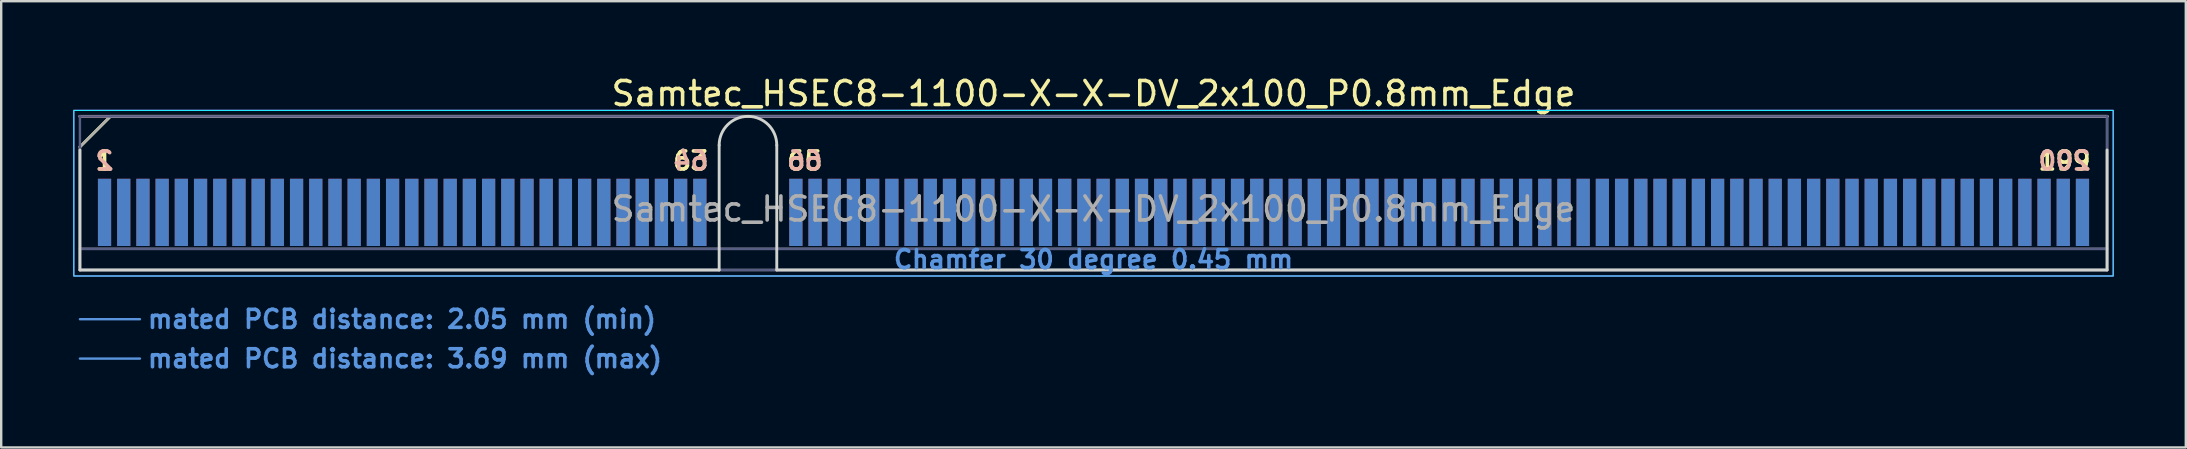
<source format=kicad_pcb>
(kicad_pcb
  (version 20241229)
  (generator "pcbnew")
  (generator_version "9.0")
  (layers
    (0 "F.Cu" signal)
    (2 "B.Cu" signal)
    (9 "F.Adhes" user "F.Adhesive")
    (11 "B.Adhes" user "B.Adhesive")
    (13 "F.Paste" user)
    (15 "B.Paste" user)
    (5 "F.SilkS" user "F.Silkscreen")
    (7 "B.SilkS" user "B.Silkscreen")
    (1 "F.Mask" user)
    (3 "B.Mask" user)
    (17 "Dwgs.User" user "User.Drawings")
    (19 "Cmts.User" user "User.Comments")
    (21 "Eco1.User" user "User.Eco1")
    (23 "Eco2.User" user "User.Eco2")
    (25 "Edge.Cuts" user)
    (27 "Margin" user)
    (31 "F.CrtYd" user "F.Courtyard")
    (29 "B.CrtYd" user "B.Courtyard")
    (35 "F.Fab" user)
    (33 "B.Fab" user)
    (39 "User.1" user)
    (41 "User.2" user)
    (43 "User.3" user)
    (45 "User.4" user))
  (footprint "Samtec_HSEC8-1100-X-X-DV_2x100_P0.8mm_Edge"
    (layer "F.Cu")
    (at 42.505 8.198)
    (property "Reference" "Samtec_HSEC8-1100-X-X-DV_2x100_P0.8mm_Edge" (at 0 -7.35 0) (layer "F.SilkS") (effects (font (size 1 1) (thickness 0.15))))
    (attr exclude_from_pos_files exclude_from_bom)
    (fp_line (start -42.225 -5.13) (end -40.955 -6.4) (stroke (width 0.12) (type solid)) (layer "F.SilkS"))
    (fp_line (start -40.955 -6.4) (end 42.225 -6.4) (stroke (width 0.12) (type solid)) (layer "F.SilkS"))
    (fp_line (start -42.225 -6.4) (end -42.225 -6.4) (stroke (width 0.12) (type solid)) (layer "B.SilkS"))
    (fp_line (start -42.225 -6.4) (end 42.225 -6.4) (stroke (width 0.12) (type solid)) (layer "B.SilkS"))
    (fp_line (start -42.225 2.05) (end -39.725 2.05) (stroke (width 0.1) (type solid)) (layer "Cmts.User"))
    (fp_line (start -42.225 3.69) (end -39.725 3.69) (stroke (width 0.1) (type solid)) (layer "Cmts.User"))
    (fp_line (start -42.225 -5) (end -42.225 0) (stroke (width 0.12) (type solid)) (layer "Edge.Cuts"))
    (fp_line (start -42.225 0) (end -15.595 0) (stroke (width 0.12) (type solid)) (layer "Edge.Cuts"))
    (fp_line (start -15.595 0) (end -15.595 -5.2) (stroke (width 0.12) (type solid)) (layer "Edge.Cuts"))
    (fp_line (start -13.195 -5.2) (end -13.195 0) (stroke (width 0.12) (type solid)) (layer "Edge.Cuts"))
    (fp_line (start -13.195 0) (end 42.225 0) (stroke (width 0.12) (type solid)) (layer "Edge.Cuts"))
    (fp_line (start 42.225 0) (end 42.225 -5) (stroke (width 0.12) (type solid)) (layer "Edge.Cuts"))
    (fp_arc (start -15.595 -5.2) (mid -14.395 -6.4) (end -13.195 -5.2) (stroke (width 0.12) (type solid)) (layer "Edge.Cuts"))
    (fp_rect (start -42.48 -6.65) (end 42.48 0.25) (stroke (width 0.05) (type solid)) (fill no) (layer "B.CrtYd"))
    (fp_rect (start -42.48 -6.65) (end 42.48 0.25) (stroke (width 0.05) (type solid)) (fill no) (layer "F.CrtYd"))
    (fp_line (start -42.225 -6.4) (end -42.225 -6.4) (stroke (width 0.1) (type solid)) (layer "B.Fab"))
    (fp_line (start -42.225 -6.4) (end -42.225 0) (stroke (width 0.1) (type solid)) (layer "B.Fab"))
    (fp_line (start -42.225 -6.4) (end 42.225 -6.4) (stroke (width 0.1) (type solid)) (layer "B.Fab"))
    (fp_line (start -42.225 -0.88) (end 42.225 -0.88) (stroke (width 0.1) (type solid)) (layer "B.Fab"))
    (fp_line (start -42.225 0) (end 42.225 0) (stroke (width 0.1) (type solid)) (layer "B.Fab"))
    (fp_line (start 42.225 -6.4) (end 42.225 0) (stroke (width 0.1) (type solid)) (layer "B.Fab"))
    (fp_line (start -42.225 -5.13) (end -42.225 0) (stroke (width 0.1) (type solid)) (layer "F.Fab"))
    (fp_line (start -42.225 -5.13) (end -40.955 -6.4) (stroke (width 0.1) (type solid)) (layer "F.Fab"))
    (fp_line (start -42.225 -0.88) (end 42.225 -0.88) (stroke (width 0.1) (type solid)) (layer "F.Fab"))
    (fp_line (start -42.225 0) (end 42.225 0) (stroke (width 0.1) (type solid)) (layer "F.Fab"))
    (fp_line (start -40.955 -6.4) (end 42.225 -6.4) (stroke (width 0.1) (type solid)) (layer "F.Fab"))
    (fp_line (start 42.225 -6.4) (end 42.225 0) (stroke (width 0.1) (type solid)) (layer "F.Fab"))
    (fp_text user "65" (at -12.025 -4.55 0) (layer "F.SilkS") (effects (font (size 0.75 0.75) (thickness 0.15))))
    (fp_text user "1" (at -41.2 -4.55 0) (layer "F.SilkS") (effects (font (size 0.75 0.75) (thickness 0.15))))
    (fp_text user "63" (at -16.775 -4.55 0) (layer "F.SilkS") (effects (font (size 0.75 0.75) (thickness 0.15))))
    (fp_text user "199" (at 40.45 -4.55 0) (layer "F.SilkS") (effects (font (size 0.75 0.75) (thickness 0.15))))
    (fp_text user "2" (at -41.2 -4.55 0) (layer "B.SilkS") (effects (font (size 0.75 0.75) (thickness 0.15)) (justify mirror)))
    (fp_text user "200" (at 40.45 -4.55 0) (layer "B.SilkS") (effects (font (size 0.75 0.75) (thickness 0.15)) (justify mirror)))
    (fp_text user "64" (at -16.775 -4.55 0) (layer "B.SilkS") (effects (font (size 0.75 0.75) (thickness 0.15)) (justify mirror)))
    (fp_text user "66" (at -12.025 -4.55 0) (layer "B.SilkS") (effects (font (size 0.75 0.75) (thickness 0.15)) (justify mirror)))
    (fp_text user "Chamfer 30 degree 0.45 mm" (at 0 -0.44 0) (layer "Cmts.User") (effects (font (size 0.75 0.75) (thickness 0.15))))
    (fp_text user "mated PCB distance: 2.05 mm (min)" (at -39.48 2.05 0) (layer "Cmts.User") (effects (font (size 0.75 0.75) (thickness 0.15)) (justify left)))
    (fp_text user "mated PCB distance: 3.69 mm (max)" (at -39.48 3.69 0) (layer "Cmts.User") (effects (font (size 0.75 0.75) (thickness 0.15)) (justify left)))
    (fp_text user "${REFERENCE}" (at 0 -2.54 0) (layer "F.Fab") (effects (font (size 1 1) (thickness 0.15))))
    (pad "1" connect rect (at -41.2 -2.4) (size 0.55 2.8) (layers "F.Cu" "F.Mask"))
    (pad "2" connect rect (at -41.2 -2.4) (size 0.55 2.8) (layers "B.Cu" "B.Mask"))
    (pad "3" connect rect (at -40.4 -2.4) (size 0.55 2.8) (layers "F.Cu" "F.Mask"))
    (pad "4" connect rect (at -40.4 -2.4) (size 0.55 2.8) (layers "B.Cu" "B.Mask"))
    (pad "5" connect rect (at -39.6 -2.4) (size 0.55 2.8) (layers "F.Cu" "F.Mask"))
    (pad "6" connect rect (at -39.6 -2.4) (size 0.55 2.8) (layers "B.Cu" "B.Mask"))
    (pad "7" connect rect (at -38.8 -2.4) (size 0.55 2.8) (layers "F.Cu" "F.Mask"))
    (pad "8" connect rect (at -38.8 -2.4) (size 0.55 2.8) (layers "B.Cu" "B.Mask"))
    (pad "9" connect rect (at -38 -2.4) (size 0.55 2.8) (layers "F.Cu" "F.Mask"))
    (pad "10" connect rect (at -38 -2.4) (size 0.55 2.8) (layers "B.Cu" "B.Mask"))
    (pad "11" connect rect (at -37.2 -2.4) (size 0.55 2.8) (layers "F.Cu" "F.Mask"))
    (pad "12" connect rect (at -37.2 -2.4) (size 0.55 2.8) (layers "B.Cu" "B.Mask"))
    (pad "13" connect rect (at -36.4 -2.4) (size 0.55 2.8) (layers "F.Cu" "F.Mask"))
    (pad "14" connect rect (at -36.4 -2.4) (size 0.55 2.8) (layers "B.Cu" "B.Mask"))
    (pad "15" connect rect (at -35.6 -2.4) (size 0.55 2.8) (layers "F.Cu" "F.Mask"))
    (pad "16" connect rect (at -35.6 -2.4) (size 0.55 2.8) (layers "B.Cu" "B.Mask"))
    (pad "17" connect rect (at -34.8 -2.4) (size 0.55 2.8) (layers "F.Cu" "F.Mask"))
    (pad "18" connect rect (at -34.8 -2.4) (size 0.55 2.8) (layers "B.Cu" "B.Mask"))
    (pad "19" connect rect (at -34 -2.4) (size 0.55 2.8) (layers "F.Cu" "F.Mask"))
    (pad "20" connect rect (at -34 -2.4) (size 0.55 2.8) (layers "B.Cu" "B.Mask"))
    (pad "21" connect rect (at -33.2 -2.4) (size 0.55 2.8) (layers "F.Cu" "F.Mask"))
    (pad "22" connect rect (at -33.2 -2.4) (size 0.55 2.8) (layers "B.Cu" "B.Mask"))
    (pad "23" connect rect (at -32.4 -2.4) (size 0.55 2.8) (layers "F.Cu" "F.Mask"))
    (pad "24" connect rect (at -32.4 -2.4) (size 0.55 2.8) (layers "B.Cu" "B.Mask"))
    (pad "25" connect rect (at -31.6 -2.4) (size 0.55 2.8) (layers "F.Cu" "F.Mask"))
    (pad "26" connect rect (at -31.6 -2.4) (size 0.55 2.8) (layers "B.Cu" "B.Mask"))
    (pad "27" connect rect (at -30.8 -2.4) (size 0.55 2.8) (layers "F.Cu" "F.Mask"))
    (pad "28" connect rect (at -30.8 -2.4) (size 0.55 2.8) (layers "B.Cu" "B.Mask"))
    (pad "29" connect rect (at -30 -2.4) (size 0.55 2.8) (layers "F.Cu" "F.Mask"))
    (pad "30" connect rect (at -30 -2.4) (size 0.55 2.8) (layers "B.Cu" "B.Mask"))
    (pad "31" connect rect (at -29.2 -2.4) (size 0.55 2.8) (layers "F.Cu" "F.Mask"))
    (pad "32" connect rect (at -29.2 -2.4) (size 0.55 2.8) (layers "B.Cu" "B.Mask"))
    (pad "33" connect rect (at -28.4 -2.4) (size 0.55 2.8) (layers "F.Cu" "F.Mask"))
    (pad "34" connect rect (at -28.4 -2.4) (size 0.55 2.8) (layers "B.Cu" "B.Mask"))
    (pad "35" connect rect (at -27.6 -2.4) (size 0.55 2.8) (layers "F.Cu" "F.Mask"))
    (pad "36" connect rect (at -27.6 -2.4) (size 0.55 2.8) (layers "B.Cu" "B.Mask"))
    (pad "37" connect rect (at -26.8 -2.4) (size 0.55 2.8) (layers "F.Cu" "F.Mask"))
    (pad "38" connect rect (at -26.8 -2.4) (size 0.55 2.8) (layers "B.Cu" "B.Mask"))
    (pad "39" connect rect (at -26 -2.4) (size 0.55 2.8) (layers "F.Cu" "F.Mask"))
    (pad "40" connect rect (at -26 -2.4) (size 0.55 2.8) (layers "B.Cu" "B.Mask"))
    (pad "41" connect rect (at -25.2 -2.4) (size 0.55 2.8) (layers "F.Cu" "F.Mask"))
    (pad "42" connect rect (at -25.2 -2.4) (size 0.55 2.8) (layers "B.Cu" "B.Mask"))
    (pad "43" connect rect (at -24.4 -2.4) (size 0.55 2.8) (layers "F.Cu" "F.Mask"))
    (pad "44" connect rect (at -24.4 -2.4) (size 0.55 2.8) (layers "B.Cu" "B.Mask"))
    (pad "45" connect rect (at -23.6 -2.4) (size 0.55 2.8) (layers "F.Cu" "F.Mask"))
    (pad "46" connect rect (at -23.6 -2.4) (size 0.55 2.8) (layers "B.Cu" "B.Mask"))
    (pad "47" connect rect (at -22.8 -2.4) (size 0.55 2.8) (layers "F.Cu" "F.Mask"))
    (pad "48" connect rect (at -22.8 -2.4) (size 0.55 2.8) (layers "B.Cu" "B.Mask"))
    (pad "49" connect rect (at -22 -2.4) (size 0.55 2.8) (layers "F.Cu" "F.Mask"))
    (pad "50" connect rect (at -22 -2.4) (size 0.55 2.8) (layers "B.Cu" "B.Mask"))
    (pad "51" connect rect (at -21.2 -2.4) (size 0.55 2.8) (layers "F.Cu" "F.Mask"))
    (pad "52" connect rect (at -21.2 -2.4) (size 0.55 2.8) (layers "B.Cu" "B.Mask"))
    (pad "53" connect rect (at -20.4 -2.4) (size 0.55 2.8) (layers "F.Cu" "F.Mask"))
    (pad "54" connect rect (at -20.4 -2.4) (size 0.55 2.8) (layers "B.Cu" "B.Mask"))
    (pad "55" connect rect (at -19.6 -2.4) (size 0.55 2.8) (layers "F.Cu" "F.Mask"))
    (pad "56" connect rect (at -19.6 -2.4) (size 0.55 2.8) (layers "B.Cu" "B.Mask"))
    (pad "57" connect rect (at -18.8 -2.4) (size 0.55 2.8) (layers "F.Cu" "F.Mask"))
    (pad "58" connect rect (at -18.8 -2.4) (size 0.55 2.8) (layers "B.Cu" "B.Mask"))
    (pad "59" connect rect (at -18 -2.4) (size 0.55 2.8) (layers "F.Cu" "F.Mask"))
    (pad "60" connect rect (at -18 -2.4) (size 0.55 2.8) (layers "B.Cu" "B.Mask"))
    (pad "61" connect rect (at -17.2 -2.4) (size 0.55 2.8) (layers "F.Cu" "F.Mask"))
    (pad "62" connect rect (at -17.2 -2.4) (size 0.55 2.8) (layers "B.Cu" "B.Mask"))
    (pad "63" connect rect (at -16.4 -2.4) (size 0.55 2.8) (layers "F.Cu" "F.Mask"))
    (pad "64" connect rect (at -16.4 -2.4) (size 0.55 2.8) (layers "B.Cu" "B.Mask"))
    (pad "65" connect rect (at -12.4 -2.4) (size 0.55 2.8) (layers "F.Cu" "F.Mask"))
    (pad "66" connect rect (at -12.4 -2.4) (size 0.55 2.8) (layers "B.Cu" "B.Mask"))
    (pad "67" connect rect (at -11.6 -2.4) (size 0.55 2.8) (layers "F.Cu" "F.Mask"))
    (pad "68" connect rect (at -11.6 -2.4) (size 0.55 2.8) (layers "B.Cu" "B.Mask"))
    (pad "69" connect rect (at -10.8 -2.4) (size 0.55 2.8) (layers "F.Cu" "F.Mask"))
    (pad "70" connect rect (at -10.8 -2.4) (size 0.55 2.8) (layers "B.Cu" "B.Mask"))
    (pad "71" connect rect (at -10 -2.4) (size 0.55 2.8) (layers "F.Cu" "F.Mask"))
    (pad "72" connect rect (at -10 -2.4) (size 0.55 2.8) (layers "B.Cu" "B.Mask"))
    (pad "73" connect rect (at -9.2 -2.4) (size 0.55 2.8) (layers "F.Cu" "F.Mask"))
    (pad "74" connect rect (at -9.2 -2.4) (size 0.55 2.8) (layers "B.Cu" "B.Mask"))
    (pad "75" connect rect (at -8.4 -2.4) (size 0.55 2.8) (layers "F.Cu" "F.Mask"))
    (pad "76" connect rect (at -8.4 -2.4) (size 0.55 2.8) (layers "B.Cu" "B.Mask"))
    (pad "77" connect rect (at -7.6 -2.4) (size 0.55 2.8) (layers "F.Cu" "F.Mask"))
    (pad "78" connect rect (at -7.6 -2.4) (size 0.55 2.8) (layers "B.Cu" "B.Mask"))
    (pad "79" connect rect (at -6.8 -2.4) (size 0.55 2.8) (layers "F.Cu" "F.Mask"))
    (pad "80" connect rect (at -6.8 -2.4) (size 0.55 2.8) (layers "B.Cu" "B.Mask"))
    (pad "81" connect rect (at -6 -2.4) (size 0.55 2.8) (layers "F.Cu" "F.Mask"))
    (pad "82" connect rect (at -6 -2.4) (size 0.55 2.8) (layers "B.Cu" "B.Mask"))
    (pad "83" connect rect (at -5.2 -2.4) (size 0.55 2.8) (layers "F.Cu" "F.Mask"))
    (pad "84" connect rect (at -5.2 -2.4) (size 0.55 2.8) (layers "B.Cu" "B.Mask"))
    (pad "85" connect rect (at -4.4 -2.4) (size 0.55 2.8) (layers "F.Cu" "F.Mask"))
    (pad "86" connect rect (at -4.4 -2.4) (size 0.55 2.8) (layers "B.Cu" "B.Mask"))
    (pad "87" connect rect (at -3.6 -2.4) (size 0.55 2.8) (layers "F.Cu" "F.Mask"))
    (pad "88" connect rect (at -3.6 -2.4) (size 0.55 2.8) (layers "B.Cu" "B.Mask"))
    (pad "89" connect rect (at -2.8 -2.4) (size 0.55 2.8) (layers "F.Cu" "F.Mask"))
    (pad "90" connect rect (at -2.8 -2.4) (size 0.55 2.8) (layers "B.Cu" "B.Mask"))
    (pad "91" connect rect (at -2 -2.4) (size 0.55 2.8) (layers "F.Cu" "F.Mask"))
    (pad "92" connect rect (at -2 -2.4) (size 0.55 2.8) (layers "B.Cu" "B.Mask"))
    (pad "93" connect rect (at -1.2 -2.4) (size 0.55 2.8) (layers "F.Cu" "F.Mask"))
    (pad "94" connect rect (at -1.2 -2.4) (size 0.55 2.8) (layers "B.Cu" "B.Mask"))
    (pad "95" connect rect (at -0.4 -2.4) (size 0.55 2.8) (layers "F.Cu" "F.Mask"))
    (pad "96" connect rect (at -0.4 -2.4) (size 0.55 2.8) (layers "B.Cu" "B.Mask"))
    (pad "97" connect rect (at 0.4 -2.4) (size 0.55 2.8) (layers "F.Cu" "F.Mask"))
    (pad "98" connect rect (at 0.4 -2.4) (size 0.55 2.8) (layers "B.Cu" "B.Mask"))
    (pad "99" connect rect (at 1.2 -2.4) (size 0.55 2.8) (layers "F.Cu" "F.Mask"))
    (pad "100" connect rect (at 1.2 -2.4) (size 0.55 2.8) (layers "B.Cu" "B.Mask"))
    (pad "101" connect rect (at 2 -2.4) (size 0.55 2.8) (layers "F.Cu" "F.Mask"))
    (pad "102" connect rect (at 2 -2.4) (size 0.55 2.8) (layers "B.Cu" "B.Mask"))
    (pad "103" connect rect (at 2.8 -2.4) (size 0.55 2.8) (layers "F.Cu" "F.Mask"))
    (pad "104" connect rect (at 2.8 -2.4) (size 0.55 2.8) (layers "B.Cu" "B.Mask"))
    (pad "105" connect rect (at 3.6 -2.4) (size 0.55 2.8) (layers "F.Cu" "F.Mask"))
    (pad "106" connect rect (at 3.6 -2.4) (size 0.55 2.8) (layers "B.Cu" "B.Mask"))
    (pad "107" connect rect (at 4.4 -2.4) (size 0.55 2.8) (layers "F.Cu" "F.Mask"))
    (pad "108" connect rect (at 4.4 -2.4) (size 0.55 2.8) (layers "B.Cu" "B.Mask"))
    (pad "109" connect rect (at 5.2 -2.4) (size 0.55 2.8) (layers "F.Cu" "F.Mask"))
    (pad "110" connect rect (at 5.2 -2.4) (size 0.55 2.8) (layers "B.Cu" "B.Mask"))
    (pad "111" connect rect (at 6 -2.4) (size 0.55 2.8) (layers "F.Cu" "F.Mask"))
    (pad "112" connect rect (at 6 -2.4) (size 0.55 2.8) (layers "B.Cu" "B.Mask"))
    (pad "113" connect rect (at 6.8 -2.4) (size 0.55 2.8) (layers "F.Cu" "F.Mask"))
    (pad "114" connect rect (at 6.8 -2.4) (size 0.55 2.8) (layers "B.Cu" "B.Mask"))
    (pad "115" connect rect (at 7.6 -2.4) (size 0.55 2.8) (layers "F.Cu" "F.Mask"))
    (pad "116" connect rect (at 7.6 -2.4) (size 0.55 2.8) (layers "B.Cu" "B.Mask"))
    (pad "117" connect rect (at 8.4 -2.4) (size 0.55 2.8) (layers "F.Cu" "F.Mask"))
    (pad "118" connect rect (at 8.4 -2.4) (size 0.55 2.8) (layers "B.Cu" "B.Mask"))
    (pad "119" connect rect (at 9.2 -2.4) (size 0.55 2.8) (layers "F.Cu" "F.Mask"))
    (pad "120" connect rect (at 9.2 -2.4) (size 0.55 2.8) (layers "B.Cu" "B.Mask"))
    (pad "121" connect rect (at 10 -2.4) (size 0.55 2.8) (layers "F.Cu" "F.Mask"))
    (pad "122" connect rect (at 10 -2.4) (size 0.55 2.8) (layers "B.Cu" "B.Mask"))
    (pad "123" connect rect (at 10.8 -2.4) (size 0.55 2.8) (layers "F.Cu" "F.Mask"))
    (pad "124" connect rect (at 10.8 -2.4) (size 0.55 2.8) (layers "B.Cu" "B.Mask"))
    (pad "125" connect rect (at 11.6 -2.4) (size 0.55 2.8) (layers "F.Cu" "F.Mask"))
    (pad "126" connect rect (at 11.6 -2.4) (size 0.55 2.8) (layers "B.Cu" "B.Mask"))
    (pad "127" connect rect (at 12.4 -2.4) (size 0.55 2.8) (layers "F.Cu" "F.Mask"))
    (pad "128" connect rect (at 12.4 -2.4) (size 0.55 2.8) (layers "B.Cu" "B.Mask"))
    (pad "129" connect rect (at 13.2 -2.4) (size 0.55 2.8) (layers "F.Cu" "F.Mask"))
    (pad "130" connect rect (at 13.2 -2.4) (size 0.55 2.8) (layers "B.Cu" "B.Mask"))
    (pad "131" connect rect (at 14 -2.4) (size 0.55 2.8) (layers "F.Cu" "F.Mask"))
    (pad "132" connect rect (at 14 -2.4) (size 0.55 2.8) (layers "B.Cu" "B.Mask"))
    (pad "133" connect rect (at 14.8 -2.4) (size 0.55 2.8) (layers "F.Cu" "F.Mask"))
    (pad "134" connect rect (at 14.8 -2.4) (size 0.55 2.8) (layers "B.Cu" "B.Mask"))
    (pad "135" connect rect (at 15.6 -2.4) (size 0.55 2.8) (layers "F.Cu" "F.Mask"))
    (pad "136" connect rect (at 15.6 -2.4) (size 0.55 2.8) (layers "B.Cu" "B.Mask"))
    (pad "137" connect rect (at 16.4 -2.4) (size 0.55 2.8) (layers "F.Cu" "F.Mask"))
    (pad "138" connect rect (at 16.4 -2.4) (size 0.55 2.8) (layers "B.Cu" "B.Mask"))
    (pad "139" connect rect (at 17.2 -2.4) (size 0.55 2.8) (layers "F.Cu" "F.Mask"))
    (pad "140" connect rect (at 17.2 -2.4) (size 0.55 2.8) (layers "B.Cu" "B.Mask"))
    (pad "141" connect rect (at 18 -2.4) (size 0.55 2.8) (layers "F.Cu" "F.Mask"))
    (pad "142" connect rect (at 18 -2.4) (size 0.55 2.8) (layers "B.Cu" "B.Mask"))
    (pad "143" connect rect (at 18.8 -2.4) (size 0.55 2.8) (layers "F.Cu" "F.Mask"))
    (pad "144" connect rect (at 18.8 -2.4) (size 0.55 2.8) (layers "B.Cu" "B.Mask"))
    (pad "145" connect rect (at 19.6 -2.4) (size 0.55 2.8) (layers "F.Cu" "F.Mask"))
    (pad "146" connect rect (at 19.6 -2.4) (size 0.55 2.8) (layers "B.Cu" "B.Mask"))
    (pad "147" connect rect (at 20.4 -2.4) (size 0.55 2.8) (layers "F.Cu" "F.Mask"))
    (pad "148" connect rect (at 20.4 -2.4) (size 0.55 2.8) (layers "B.Cu" "B.Mask"))
    (pad "149" connect rect (at 21.2 -2.4) (size 0.55 2.8) (layers "F.Cu" "F.Mask"))
    (pad "150" connect rect (at 21.2 -2.4) (size 0.55 2.8) (layers "B.Cu" "B.Mask"))
    (pad "151" connect rect (at 22 -2.4) (size 0.55 2.8) (layers "F.Cu" "F.Mask"))
    (pad "152" connect rect (at 22 -2.4) (size 0.55 2.8) (layers "B.Cu" "B.Mask"))
    (pad "153" connect rect (at 22.8 -2.4) (size 0.55 2.8) (layers "F.Cu" "F.Mask"))
    (pad "154" connect rect (at 22.8 -2.4) (size 0.55 2.8) (layers "B.Cu" "B.Mask"))
    (pad "155" connect rect (at 23.6 -2.4) (size 0.55 2.8) (layers "F.Cu" "F.Mask"))
    (pad "156" connect rect (at 23.6 -2.4) (size 0.55 2.8) (layers "B.Cu" "B.Mask"))
    (pad "157" connect rect (at 24.4 -2.4) (size 0.55 2.8) (layers "F.Cu" "F.Mask"))
    (pad "158" connect rect (at 24.4 -2.4) (size 0.55 2.8) (layers "B.Cu" "B.Mask"))
    (pad "159" connect rect (at 25.2 -2.4) (size 0.55 2.8) (layers "F.Cu" "F.Mask"))
    (pad "160" connect rect (at 25.2 -2.4) (size 0.55 2.8) (layers "B.Cu" "B.Mask"))
    (pad "161" connect rect (at 26 -2.4) (size 0.55 2.8) (layers "F.Cu" "F.Mask"))
    (pad "162" connect rect (at 26 -2.4) (size 0.55 2.8) (layers "B.Cu" "B.Mask"))
    (pad "163" connect rect (at 26.8 -2.4) (size 0.55 2.8) (layers "F.Cu" "F.Mask"))
    (pad "164" connect rect (at 26.8 -2.4) (size 0.55 2.8) (layers "B.Cu" "B.Mask"))
    (pad "165" connect rect (at 27.6 -2.4) (size 0.55 2.8) (layers "F.Cu" "F.Mask"))
    (pad "166" connect rect (at 27.6 -2.4) (size 0.55 2.8) (layers "B.Cu" "B.Mask"))
    (pad "167" connect rect (at 28.4 -2.4) (size 0.55 2.8) (layers "F.Cu" "F.Mask"))
    (pad "168" connect rect (at 28.4 -2.4) (size 0.55 2.8) (layers "B.Cu" "B.Mask"))
    (pad "169" connect rect (at 29.2 -2.4) (size 0.55 2.8) (layers "F.Cu" "F.Mask"))
    (pad "170" connect rect (at 29.2 -2.4) (size 0.55 2.8) (layers "B.Cu" "B.Mask"))
    (pad "171" connect rect (at 30 -2.4) (size 0.55 2.8) (layers "F.Cu" "F.Mask"))
    (pad "172" connect rect (at 30 -2.4) (size 0.55 2.8) (layers "B.Cu" "B.Mask"))
    (pad "173" connect rect (at 30.8 -2.4) (size 0.55 2.8) (layers "F.Cu" "F.Mask"))
    (pad "174" connect rect (at 30.8 -2.4) (size 0.55 2.8) (layers "B.Cu" "B.Mask"))
    (pad "175" connect rect (at 31.6 -2.4) (size 0.55 2.8) (layers "F.Cu" "F.Mask"))
    (pad "176" connect rect (at 31.6 -2.4) (size 0.55 2.8) (layers "B.Cu" "B.Mask"))
    (pad "177" connect rect (at 32.4 -2.4) (size 0.55 2.8) (layers "F.Cu" "F.Mask"))
    (pad "178" connect rect (at 32.4 -2.4) (size 0.55 2.8) (layers "B.Cu" "B.Mask"))
    (pad "179" connect rect (at 33.2 -2.4) (size 0.55 2.8) (layers "F.Cu" "F.Mask"))
    (pad "180" connect rect (at 33.2 -2.4) (size 0.55 2.8) (layers "B.Cu" "B.Mask"))
    (pad "181" connect rect (at 34 -2.4) (size 0.55 2.8) (layers "F.Cu" "F.Mask"))
    (pad "182" connect rect (at 34 -2.4) (size 0.55 2.8) (layers "B.Cu" "B.Mask"))
    (pad "183" connect rect (at 34.8 -2.4) (size 0.55 2.8) (layers "F.Cu" "F.Mask"))
    (pad "184" connect rect (at 34.8 -2.4) (size 0.55 2.8) (layers "B.Cu" "B.Mask"))
    (pad "185" connect rect (at 35.6 -2.4) (size 0.55 2.8) (layers "F.Cu" "F.Mask"))
    (pad "186" connect rect (at 35.6 -2.4) (size 0.55 2.8) (layers "B.Cu" "B.Mask"))
    (pad "187" connect rect (at 36.4 -2.4) (size 0.55 2.8) (layers "F.Cu" "F.Mask"))
    (pad "188" connect rect (at 36.4 -2.4) (size 0.55 2.8) (layers "B.Cu" "B.Mask"))
    (pad "189" connect rect (at 37.2 -2.4) (size 0.55 2.8) (layers "F.Cu" "F.Mask"))
    (pad "190" connect rect (at 37.2 -2.4) (size 0.55 2.8) (layers "B.Cu" "B.Mask"))
    (pad "191" connect rect (at 38 -2.4) (size 0.55 2.8) (layers "F.Cu" "F.Mask"))
    (pad "192" connect rect (at 38 -2.4) (size 0.55 2.8) (layers "B.Cu" "B.Mask"))
    (pad "193" connect rect (at 38.8 -2.4) (size 0.55 2.8) (layers "F.Cu" "F.Mask"))
    (pad "194" connect rect (at 38.8 -2.4) (size 0.55 2.8) (layers "B.Cu" "B.Mask"))
    (pad "195" connect rect (at 39.6 -2.4) (size 0.55 2.8) (layers "F.Cu" "F.Mask"))
    (pad "196" connect rect (at 39.6 -2.4) (size 0.55 2.8) (layers "B.Cu" "B.Mask"))
    (pad "197" connect rect (at 40.4 -2.4) (size 0.55 2.8) (layers "F.Cu" "F.Mask"))
    (pad "198" connect rect (at 40.4 -2.4) (size 0.55 2.8) (layers "B.Cu" "B.Mask"))
    (pad "199" connect rect (at 41.2 -2.4) (size 0.55 2.8) (layers "F.Cu" "F.Mask"))
    (pad "200" connect rect (at 41.2 -2.4) (size 0.55 2.8) (layers "B.Cu" "B.Mask")))
  (gr_rect
    (start -3 -3)
    (end 88.01 15.59)
    (stroke (width 0.1) (type default))
    (fill no)
    (layer "Edge.Cuts")))
</source>
